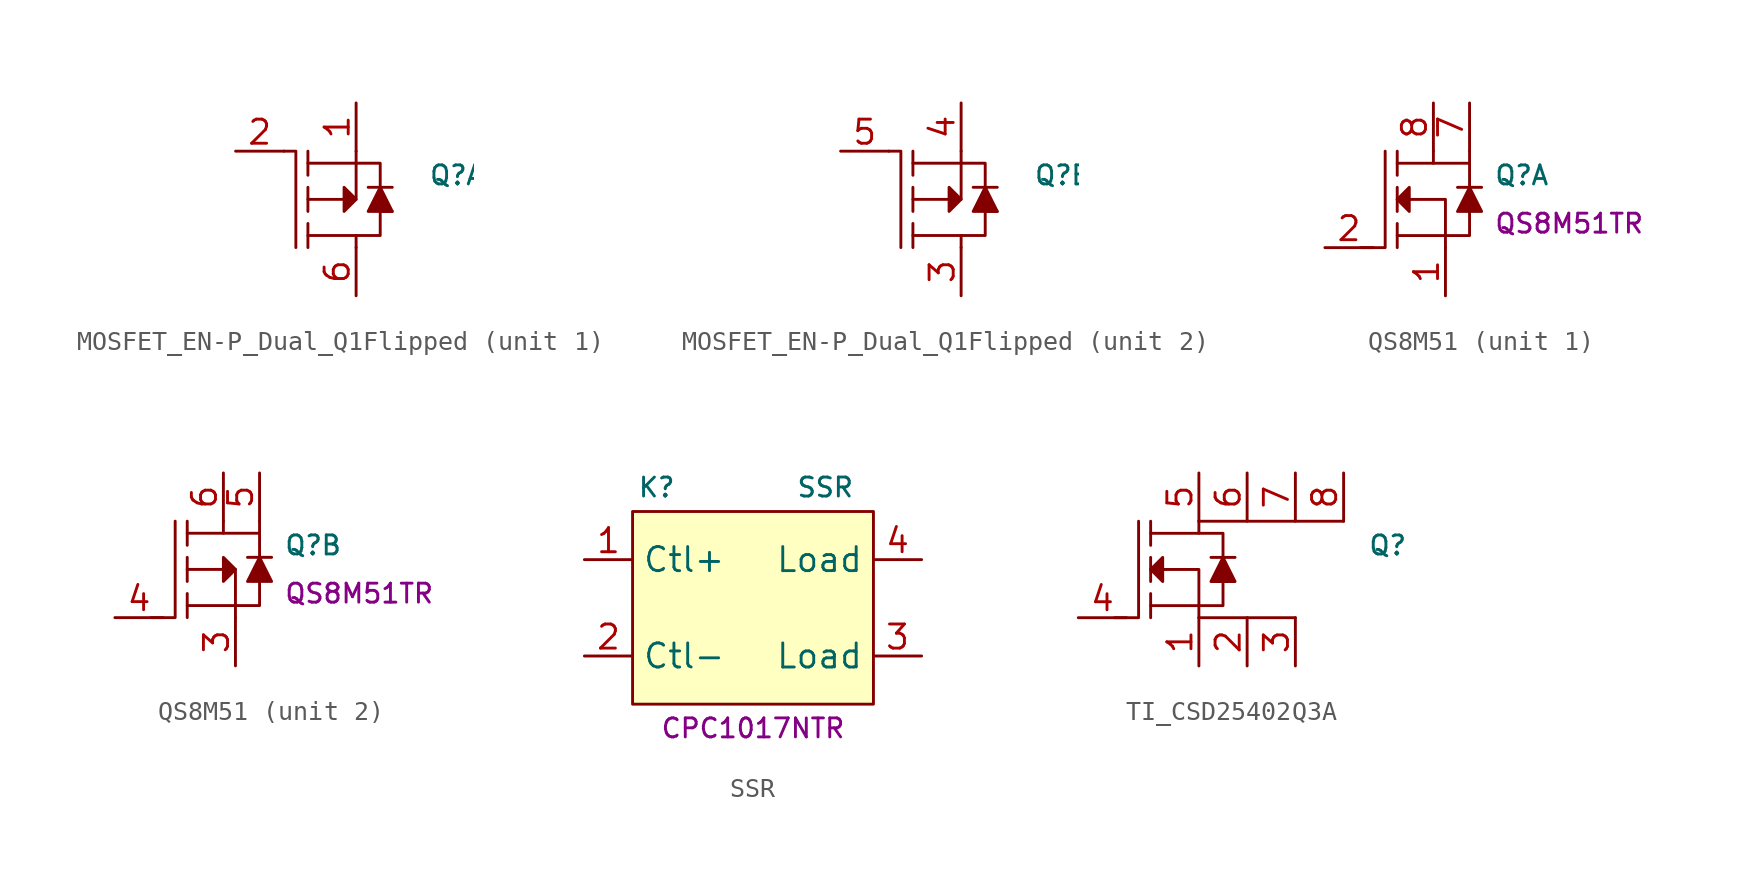
<source format=kicad_sym>
(kicad_symbol_lib
  (version 20231120)
  (generator "kicad_symbol_editor")
  (generator_version "8.0")
  (symbol "MOSFET_EN-P_Dual_Q1Flipped"
    (property "Reference" "Q"
      (at 3.81 1.27 0)
      (effects (font (size 1 1)) (justify left)))
    (symbol "MOSFET_EN-P_Dual_Q1Flipped_1_1"
      (polyline (pts (xy -2.54 -2.54) (xy -2.54 -1.27)) (stroke (width 0) (type default)) (fill (type none)))
      (polyline (pts (xy -2.54 -0.635) (xy -2.54 0.635)) (stroke (width 0) (type default)) (fill (type none)))
      (polyline (pts (xy -2.54 1.27) (xy -2.54 2.54)) (stroke (width 0) (type default)) (fill (type none)))
      (polyline (pts (xy 0 -2.54) (xy 0 -1.905)) (stroke (width 0) (type default)) (fill (type none)))
      (polyline (pts (xy 0 1.905) (xy -2.54 1.905)) (stroke (width 0) (type default)) (fill (type none)))
      (polyline (pts (xy 1.905 0.635) (xy 0.635 0.635)) (stroke (width 0) (type default)) (fill (type none)))
      (polyline (pts (xy -3.175 -2.54) (xy -3.175 2.54) (xy -3.81 2.54)) (stroke (width 0) (type default)) (fill (type none)))
      (polyline (pts (xy 0 1.905) (xy 1.27 1.905) (xy 1.27 0.635)) (stroke (width 0) (type default)) (fill (type none)))
      (polyline (pts (xy 0 2.54) (xy 0 0) (xy -2.54 0)) (stroke (width 0) (type default)) (fill (type none)))
      (polyline (pts (xy 0 0) (xy -0.635 -0.635) (xy -0.635 0.635) (xy 0 0)) (stroke (width 0) (type default)) (fill (type outline)))
      (polyline (pts (xy 1.905 -0.635) (xy 0.635 -0.635) (xy 1.27 0.635) (xy 1.905 -0.635)) (stroke (width 0) (type default)) (fill (type outline)))
      (polyline (pts (xy 1.905 -0.635) (xy 1.27 -0.635) (xy 1.27 -1.905) (xy 0 -1.905) (xy -2.54 -1.905)) (stroke (width 0) (type default)) (fill (type none)))
      (pin bidirectional line (at 0 5.08 270) (length 2.54) (name "~" (effects (font (size 1.27 1.27)))) (number "1" (effects (font (size 1.27 1.27)))))
      (pin input line (at -6.35 2.54 0) (length 2.54) (name "~" (effects (font (size 1.27 1.27)))) (number "2" (effects (font (size 1.27 1.27)))))
      (pin bidirectional line (at 0 -5.08 90) (length 2.54) (name "~" (effects (font (size 1.27 1.27)))) (number "6" (effects (font (size 1.27 1.27))))))
    (symbol "MOSFET_EN-P_Dual_Q1Flipped_2_1"
      (polyline (pts (xy -2.54 -2.54) (xy -2.54 -1.27)) (stroke (width 0) (type default)) (fill (type none)))
      (polyline (pts (xy -2.54 -0.635) (xy -2.54 0.635)) (stroke (width 0) (type default)) (fill (type none)))
      (polyline (pts (xy -2.54 1.27) (xy -2.54 2.54)) (stroke (width 0) (type default)) (fill (type none)))
      (polyline (pts (xy 0 -2.54) (xy 0 -1.905)) (stroke (width 0) (type default)) (fill (type none)))
      (polyline (pts (xy 0 1.905) (xy -2.54 1.905)) (stroke (width 0) (type default)) (fill (type none)))
      (polyline (pts (xy 1.905 0.635) (xy 0.635 0.635)) (stroke (width 0) (type default)) (fill (type none)))
      (polyline (pts (xy -3.175 -2.54) (xy -3.175 2.54) (xy -3.81 2.54)) (stroke (width 0) (type default)) (fill (type none)))
      (polyline (pts (xy 0 1.905) (xy 1.27 1.905) (xy 1.27 0.635)) (stroke (width 0) (type default)) (fill (type none)))
      (polyline (pts (xy 0 2.54) (xy 0 0) (xy -2.54 0)) (stroke (width 0) (type default)) (fill (type none)))
      (polyline (pts (xy 0 0) (xy -0.635 -0.635) (xy -0.635 0.635) (xy 0 0)) (stroke (width 0) (type default)) (fill (type outline)))
      (polyline (pts (xy 1.905 -0.635) (xy 0.635 -0.635) (xy 1.27 0.635) (xy 1.905 -0.635)) (stroke (width 0) (type default)) (fill (type outline)))
      (polyline (pts (xy 1.905 -0.635) (xy 1.27 -0.635) (xy 1.27 -1.905) (xy 0 -1.905) (xy -2.54 -1.905)) (stroke (width 0) (type default)) (fill (type none)))
      (pin bidirectional line (at 0 -5.08 90) (length 2.54) (name "~" (effects (font (size 1.27 1.27)))) (number "3" (effects (font (size 1.27 1.27)))))
      (pin bidirectional line (at 0 5.08 270) (length 2.54) (name "~" (effects (font (size 1.27 1.27)))) (number "4" (effects (font (size 1.27 1.27)))))
      (pin input line (at -6.35 2.54 0) (length 2.54) (name "~" (effects (font (size 1.27 1.27)))) (number "5" (effects (font (size 1.27 1.27)))))))
  (symbol "QS8M51"
    (pin_names hide)
    (property "Reference" "Q"
      (at 3.81 1.27 0)
      (effects (font (size 1 1)) (justify left)))
    (property "MPN" "QS8M51TR"
      (at 3.81 -1.27 0)
      (effects (font (size 1 1)) (justify left)))
    (property "ki_locked" ""
      (at 0 0 0)
      (effects (font (size 1.27 1.27))))
    (symbol "QS8M51_1_1"
      (polyline (pts (xy -1.27 -1.905) (xy 1.27 -1.905)) (stroke (width 0) (type default)) (fill (type none)))
      (polyline (pts (xy -1.27 -1.27) (xy -1.27 -2.54)) (stroke (width 0) (type default)) (fill (type none)))
      (polyline (pts (xy -1.27 0.635) (xy -1.27 -0.635)) (stroke (width 0) (type default)) (fill (type none)))
      (polyline (pts (xy -1.27 2.54) (xy -1.27 1.27)) (stroke (width 0) (type default)) (fill (type none)))
      (polyline (pts (xy 0.635 2.54) (xy 0.635 1.905)) (stroke (width 0.152) (type default)) (fill (type none)))
      (polyline (pts (xy 1.905 0.635) (xy 3.175 0.635)) (stroke (width 0) (type default)) (fill (type none)))
      (polyline (pts (xy 2.54 1.905) (xy 2.54 2.54)) (stroke (width 0.152) (type default)) (fill (type none)))
      (polyline (pts (xy -1.905 2.54) (xy -1.905 -2.54) (xy -3.175 -2.54)) (stroke (width 0) (type default)) (fill (type none)))
      (polyline (pts (xy -1.27 0) (xy 1.27 0) (xy 1.27 -2.54)) (stroke (width 0) (type default)) (fill (type none)))
      (polyline (pts (xy 2.54 -0.635) (xy 2.54 -1.905) (xy 1.27 -1.905)) (stroke (width 0) (type default)) (fill (type none)))
      (polyline (pts (xy 2.54 0.635) (xy 2.54 1.905) (xy -1.27 1.905)) (stroke (width 0) (type default)) (fill (type none)))
      (polyline (pts (xy -0.635 0.635) (xy -0.635 -0.635) (xy -1.27 0) (xy -0.635 0.635)) (stroke (width 0) (type default)) (fill (type outline)))
      (polyline (pts (xy 2.54 0.635) (xy 1.905 -0.635) (xy 3.175 -0.635) (xy 2.54 0.635)) (stroke (width 0) (type default)) (fill (type outline)))
      (pin bidirectional line (at 1.27 -5.08 90) (length 2.54) (name "~" (effects (font (size 1.27 1.27)))) (number "1" (effects (font (size 1.27 1.27)))))
      (pin input line (at -5.08 -2.54 0) (length 2.54) (name "~" (effects (font (size 1.27 1.27)))) (number "2" (effects (font (size 1.27 1.27)))))
      (pin bidirectional line (at 2.54 5.08 270) (length 2.54) (name "~" (effects (font (size 1.27 1.27)))) (number "7" (effects (font (size 1.27 1.27)))))
      (pin bidirectional line (at 0.635 5.08 270) (length 2.54) (name "~" (effects (font (size 1.27 1.27)))) (number "8" (effects (font (size 1.27 1.27))))))
    (symbol "QS8M51_2_1"
      (polyline (pts (xy -1.27 -1.905) (xy 1.27 -1.905)) (stroke (width 0) (type default)) (fill (type none)))
      (polyline (pts (xy -1.27 -1.27) (xy -1.27 -2.54)) (stroke (width 0) (type default)) (fill (type none)))
      (polyline (pts (xy -1.27 0.635) (xy -1.27 -0.635)) (stroke (width 0) (type default)) (fill (type none)))
      (polyline (pts (xy -1.27 2.54) (xy -1.27 1.27)) (stroke (width 0) (type default)) (fill (type none)))
      (polyline (pts (xy 0.635 2.54) (xy 0.635 1.905)) (stroke (width 0.152) (type default)) (fill (type none)))
      (polyline (pts (xy 2.54 2.54) (xy 2.54 1.905)) (stroke (width 0.152) (type default)) (fill (type none)))
      (polyline (pts (xy 3.175 0.635) (xy 1.905 0.635)) (stroke (width 0) (type default)) (fill (type none)))
      (polyline (pts (xy -1.905 2.54) (xy -1.905 -2.54) (xy -3.175 -2.54)) (stroke (width 0) (type default)) (fill (type none)))
      (polyline (pts (xy -1.27 0) (xy 1.27 0) (xy 1.27 -2.54)) (stroke (width 0) (type default)) (fill (type none)))
      (polyline (pts (xy 2.54 -0.635) (xy 2.54 -1.905) (xy 1.27 -1.905)) (stroke (width 0) (type default)) (fill (type none)))
      (polyline (pts (xy 2.54 0.635) (xy 2.54 1.905) (xy -1.27 1.905)) (stroke (width 0) (type default)) (fill (type none)))
      (polyline (pts (xy 0.635 0.635) (xy 0.635 -0.635) (xy 1.27 0) (xy 0.635 0.635)) (stroke (width 0) (type default)) (fill (type outline)))
      (polyline (pts (xy 3.175 -0.635) (xy 1.905 -0.635) (xy 2.54 0.635) (xy 3.175 -0.635)) (stroke (width 0) (type default)) (fill (type outline)))
      (pin bidirectional line (at 1.27 -5.08 90) (length 2.54) (name "~" (effects (font (size 1.27 1.27)))) (number "3" (effects (font (size 1.27 1.27)))))
      (pin input line (at -5.08 -2.54 0) (length 2.54) (name "~" (effects (font (size 1.27 1.27)))) (number "4" (effects (font (size 1.27 1.27)))))
      (pin bidirectional line (at 2.54 5.08 270) (length 2.54) (name "~" (effects (font (size 1.27 1.27)))) (number "5" (effects (font (size 1.27 1.27)))))
      (pin bidirectional line (at 0.635 5.08 270) (length 2.54) (name "~" (effects (font (size 1.27 1.27)))) (number "6" (effects (font (size 1.27 1.27)))))))
  (symbol "SSR"
    (property "Reference" "K"
      (at -5.08 6.35 0)
      (effects (font (size 1 1))))
    (property "Value" "SSR"
      (at 3.81 6.35 0)
      (effects (font (size 1 1))))
    (property "MPN" "CPC1017NTR"
      (at 0 -6.35 0)
      (effects (font (size 1 1))))
    (symbol "SSR_0_1"
      (rectangle (start -6.35 5.08) (end 6.35 -5.08) (stroke (width 0) (type default)) (fill (type background))))
    (symbol "SSR_1_1"
      (pin passive line (at -8.89 2.54 0) (length 2.54) (name "Ctl+" (effects (font (size 1.27 1.27)))) (number "1" (effects (font (size 1.27 1.27)))))
      (pin passive line (at -8.89 -2.54 0) (length 2.54) (name "Ctl-" (effects (font (size 1.27 1.27)))) (number "2" (effects (font (size 1.27 1.27)))))
      (pin passive line (at 8.89 -2.54 180) (length 2.54) (name "Load" (effects (font (size 1.27 1.27)))) (number "3" (effects (font (size 1.27 1.27)))))
      (pin passive line (at 8.89 2.54 180) (length 2.54) (name "Load" (effects (font (size 1.27 1.27)))) (number "4" (effects (font (size 1.27 1.27)))))))
  (symbol "TI_CSD25402Q3A"
    (property "Reference" "Q"
      (at 8.89 1.27 0)
      (effects (font (size 1 1)) (justify left)))
    (symbol "TI_CSD25402Q3A_1_1"
      (polyline (pts (xy -2.54 -1.905) (xy 0 -1.905)) (stroke (width 0) (type default)) (fill (type none)))
      (polyline (pts (xy -2.54 -1.27) (xy -2.54 -2.54)) (stroke (width 0) (type default)) (fill (type none)))
      (polyline (pts (xy -2.54 0.635) (xy -2.54 -0.635)) (stroke (width 0) (type default)) (fill (type none)))
      (polyline (pts (xy -2.54 2.54) (xy -2.54 1.27)) (stroke (width 0) (type default)) (fill (type none)))
      (polyline (pts (xy 0.635 0.635) (xy 1.905 0.635)) (stroke (width 0) (type default)) (fill (type none)))
      (polyline (pts (xy 5.08 -2.54) (xy 0 -2.54)) (stroke (width 0) (type default)) (fill (type none)))
      (polyline (pts (xy 7.62 2.54) (xy 0 2.54)) (stroke (width 0) (type default)) (fill (type none)))
      (polyline (pts (xy -3.175 2.54) (xy -3.175 -2.54) (xy -4.445 -2.54)) (stroke (width 0) (type default)) (fill (type none)))
      (polyline (pts (xy -2.54 0) (xy 0 0) (xy 0 -2.54)) (stroke (width 0) (type default)) (fill (type none)))
      (polyline (pts (xy -2.54 1.905) (xy 0 1.905) (xy 0 2.54)) (stroke (width 0) (type default)) (fill (type none)))
      (polyline (pts (xy 1.27 -0.635) (xy 1.27 -1.905) (xy 0 -1.905)) (stroke (width 0) (type default)) (fill (type none)))
      (polyline (pts (xy 1.27 0.635) (xy 1.27 1.905) (xy 0 1.905)) (stroke (width 0) (type default)) (fill (type none)))
      (polyline (pts (xy -1.905 0.635) (xy -1.905 -0.635) (xy -2.54 0) (xy -1.905 0.635)) (stroke (width 0) (type default)) (fill (type outline)))
      (polyline (pts (xy 1.27 0.635) (xy 0.635 -0.635) (xy 1.905 -0.635) (xy 1.27 0.635)) (stroke (width 0) (type default)) (fill (type outline)))
      (pin bidirectional line (at 0 -5.08 90) (length 2.54) (name "~" (effects (font (size 1.27 1.27)))) (number "1" (effects (font (size 1.27 1.27)))))
      (pin bidirectional line (at 2.54 -5.08 90) (length 2.54) (name "~" (effects (font (size 1.27 1.27)))) (number "2" (effects (font (size 1.27 1.27)))))
      (pin bidirectional line (at 5.08 -5.08 90) (length 2.54) (name "~" (effects (font (size 1.27 1.27)))) (number "3" (effects (font (size 1.27 1.27)))))
      (pin input line (at -6.35 -2.54 0) (length 2.54) (name "~" (effects (font (size 1.27 1.27)))) (number "4" (effects (font (size 1.27 1.27)))))
      (pin bidirectional line (at 0 5.08 270) (length 2.54) (name "~" (effects (font (size 1.27 1.27)))) (number "5" (effects (font (size 1.27 1.27)))))
      (pin bidirectional line (at 2.54 5.08 270) (length 2.54) (name "~" (effects (font (size 1.27 1.27)))) (number "6" (effects (font (size 1.27 1.27)))))
      (pin bidirectional line (at 5.08 5.08 270) (length 2.54) (name "~" (effects (font (size 1.27 1.27)))) (number "7" (effects (font (size 1.27 1.27)))))
      (pin bidirectional line (at 7.62 5.08 270) (length 2.54) (name "~" (effects (font (size 1.27 1.27)))) (number "8" (effects (font (size 1.27 1.27))))))))
</source>
